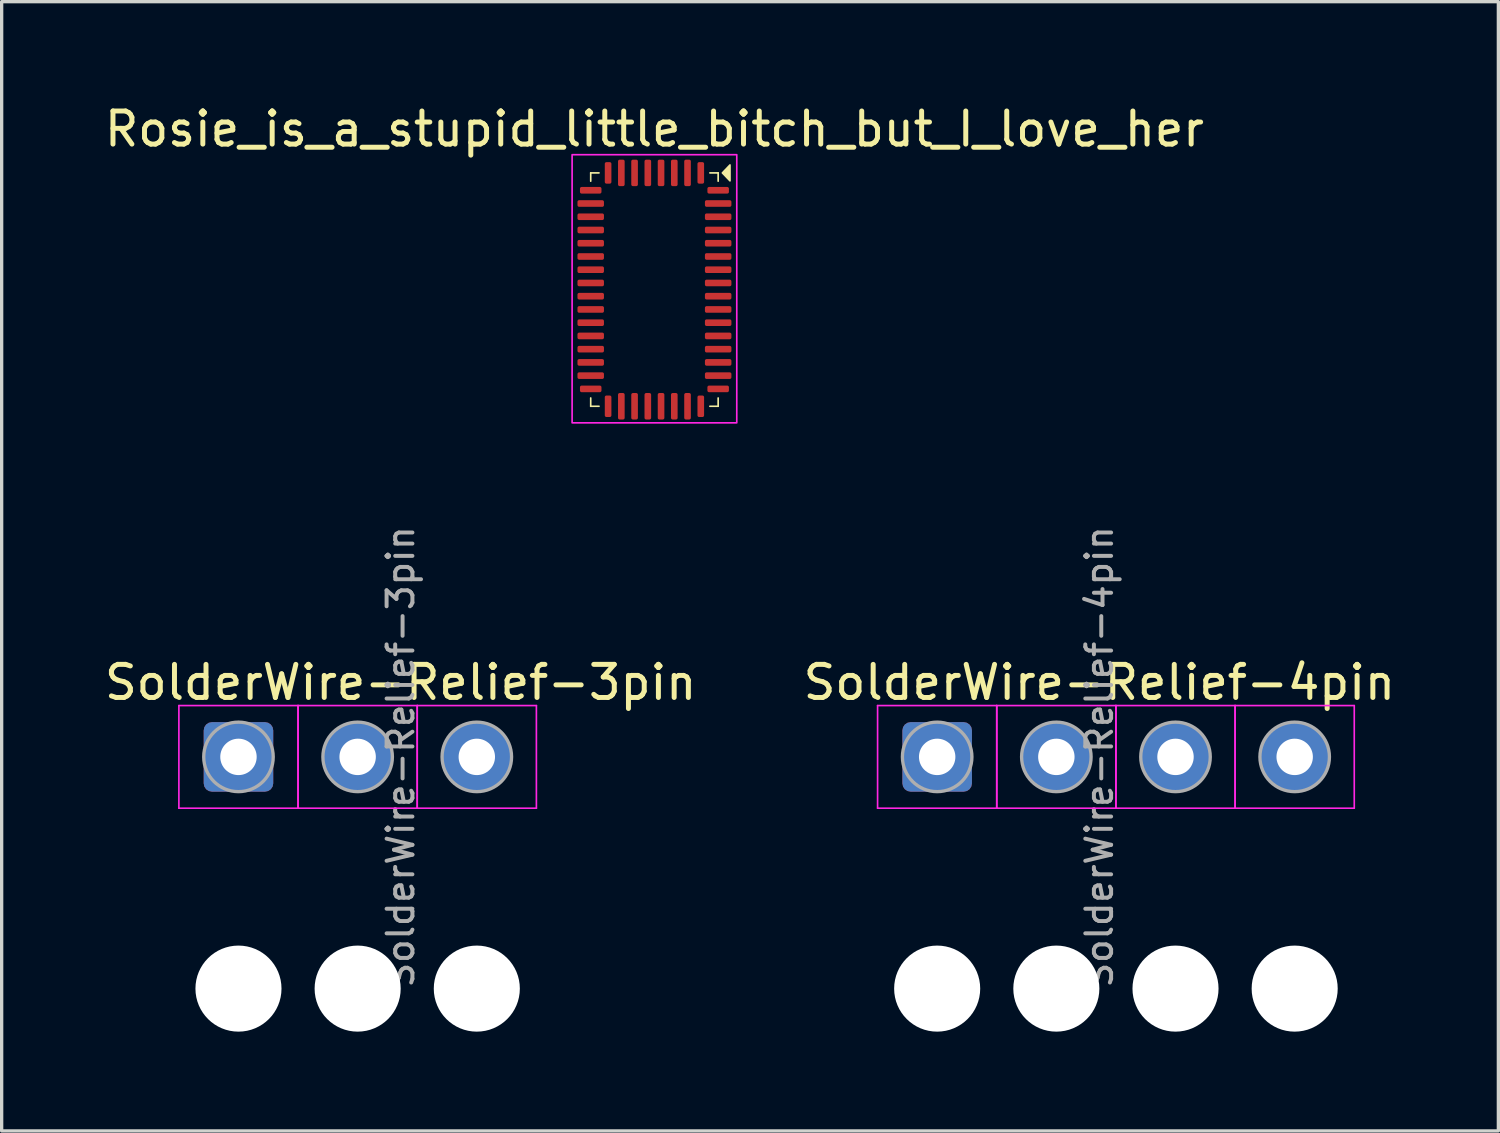
<source format=kicad_pcb>
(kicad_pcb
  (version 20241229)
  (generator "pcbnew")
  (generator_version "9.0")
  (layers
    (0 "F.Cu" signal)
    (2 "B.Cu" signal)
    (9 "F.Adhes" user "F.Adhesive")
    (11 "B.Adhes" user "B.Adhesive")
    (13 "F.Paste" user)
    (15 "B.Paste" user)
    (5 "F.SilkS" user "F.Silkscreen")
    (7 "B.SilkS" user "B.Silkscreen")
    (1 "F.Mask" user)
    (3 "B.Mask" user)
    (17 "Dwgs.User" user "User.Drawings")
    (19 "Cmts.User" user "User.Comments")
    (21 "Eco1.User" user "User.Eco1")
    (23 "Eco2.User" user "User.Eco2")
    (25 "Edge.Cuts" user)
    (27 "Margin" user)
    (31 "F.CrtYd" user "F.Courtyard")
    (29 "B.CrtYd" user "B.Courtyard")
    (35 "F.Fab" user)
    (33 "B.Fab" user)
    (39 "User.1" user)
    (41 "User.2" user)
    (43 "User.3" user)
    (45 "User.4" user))
  (footprint "SolderWire-Relief-3pin"
    (layer "F.Cu")
    (at 4.154 19.815)
    (property "Reference" "SolderWire-Relief-3pin" (at 4.9 -2.25 0) (layer "F.SilkS") (effects (font (size 1 1) (thickness 0.15))))
    (attr exclude_from_pos_files exclude_from_bom)
    (fp_line (start -1.8 -1.55) (end -1.8 1.55) (stroke (width 0.05) (type solid)) (layer "F.CrtYd"))
    (fp_line (start -1.8 1.55) (end 1.8 1.55) (stroke (width 0.05) (type solid)) (layer "F.CrtYd"))
    (fp_line (start 1.8 -1.55) (end -1.8 -1.55) (stroke (width 0.05) (type solid)) (layer "F.CrtYd"))
    (fp_line (start 1.8 -1.55) (end 1.8 1.55) (stroke (width 0.05) (type solid)) (layer "F.CrtYd"))
    (fp_line (start 1.8 1.55) (end 1.8 -1.55) (stroke (width 0.05) (type solid)) (layer "F.CrtYd"))
    (fp_line (start 1.8 1.55) (end 5.4 1.55) (stroke (width 0.05) (type solid)) (layer "F.CrtYd"))
    (fp_line (start 5.4 -1.55) (end 1.8 -1.55) (stroke (width 0.05) (type solid)) (layer "F.CrtYd"))
    (fp_line (start 5.4 -1.55) (end 5.4 1.55) (stroke (width 0.05) (type solid)) (layer "F.CrtYd"))
    (fp_line (start 5.4 1.55) (end 5.4 -1.55) (stroke (width 0.05) (type solid)) (layer "F.CrtYd"))
    (fp_line (start 5.4 1.55) (end 9 1.55) (stroke (width 0.05) (type solid)) (layer "F.CrtYd"))
    (fp_line (start 9 -1.55) (end 5.4 -1.55) (stroke (width 0.05) (type solid)) (layer "F.CrtYd"))
    (fp_line (start 9 1.55) (end 9 -1.55) (stroke (width 0.05) (type solid)) (layer "F.CrtYd"))
    (fp_circle (center 0 0) (end 1.05 0) (stroke (width 0.1) (type solid)) (fill no) (layer "F.Fab"))
    (fp_circle (center 3.6 0) (end 4.65 0) (stroke (width 0.1) (type solid)) (fill no) (layer "F.Fab"))
    (fp_circle (center 7.2 0) (end 8.25 0) (stroke (width 0.1) (type solid)) (fill no) (layer "F.Fab"))
    (fp_text user "${REFERENCE}" (at 4.9 0 90) (layer "F.Fab") (effects (font (size 0.78 0.78) (thickness 0.12))))
    (pad "" np_thru_hole circle (at 0 7) (size 2.6 2.6) (drill 2.6) (layers "*.Cu" "*.Mask"))
    (pad "" np_thru_hole circle (at 3.6 7) (size 2.6 2.6) (drill 2.6) (layers "*.Cu" "*.Mask"))
    (pad "" np_thru_hole circle (at 7.2 7) (size 2.6 2.6) (drill 2.6) (layers "*.Cu" "*.Mask"))
    (pad "1" thru_hole roundrect (at 0 0) (size 2.1 2.1) (drill 1.1) (layers "*.Cu" "*.Mask") (roundrect_rratio 0.119))
    (pad "2" thru_hole circle (at 3.6 0) (size 2.1 2.1) (drill 1.1) (layers "*.Cu" "*.Mask"))
    (pad "3" thru_hole circle (at 7.2 0) (size 2.1 2.1) (drill 1.1) (layers "*.Cu" "*.Mask")))
  (footprint "Rosie_is_a_stupid_little_bitch_but_I_love_her"
    (layer "F.Cu")
    (at 16.72 5.698)
    (property "Reference" "Rosie_is_a_stupid_little_bitch_but_I_love_her" (at 0 -4.85 0) (layer "F.SilkS") (effects (font (size 1 1) (thickness 0.15))))
    (attr smd)
    (fp_line (start -1.925 -3.525) (end -1.925 -3.275) (stroke (width 0.05) (type solid)) (layer "F.SilkS"))
    (fp_line (start -1.925 -3.525) (end -1.675 -3.525) (stroke (width 0.05) (type solid)) (layer "F.SilkS"))
    (fp_line (start -1.925 3.525) (end -1.925 3.275) (stroke (width 0.05) (type solid)) (layer "F.SilkS"))
    (fp_line (start -1.925 3.525) (end -1.675 3.525) (stroke (width 0.05) (type solid)) (layer "F.SilkS"))
    (fp_line (start 1.925 -3.525) (end 1.675 -3.525) (stroke (width 0.05) (type solid)) (layer "F.SilkS"))
    (fp_line (start 1.925 -3.525) (end 1.925 -3.275) (stroke (width 0.05) (type solid)) (layer "F.SilkS"))
    (fp_line (start 1.925 3.525) (end 1.675 3.525) (stroke (width 0.05) (type solid)) (layer "F.SilkS"))
    (fp_line (start 1.925 3.525) (end 1.925 3.275) (stroke (width 0.05) (type solid)) (layer "F.SilkS"))
    (fp_poly (pts (xy 2.052 -3.525) (xy 2.282 -3.765) (xy 2.282 -3.285) (xy 2.052 -3.525)) (stroke (width 0.05) (type solid)) (fill yes) (layer "F.SilkS"))
    (fp_rect (start -2.487 -4.075) (end 2.487 4.025) (stroke (width 0.05) (type default)) (fill no) (layer "F.CrtYd"))
    (pad "1" smd roundrect (at 1.4 -3.525) (size 0.2 0.65) (layers "F.Cu" "F.Mask" "F.Paste") (roundrect_rratio 0.25))
    (pad "2" smd roundrect (at 1 -3.525) (size 0.2 0.8) (layers "F.Cu" "F.Mask" "F.Paste") (roundrect_rratio 0.25))
    (pad "3" smd roundrect (at 0.6 -3.525) (size 0.2 0.8) (layers "F.Cu" "F.Mask" "F.Paste") (roundrect_rratio 0.25))
    (pad "4" smd roundrect (at 0.2 -3.525) (size 0.2 0.8) (layers "F.Cu" "F.Mask" "F.Paste") (roundrect_rratio 0.25))
    (pad "5" smd roundrect (at -0.2 -3.525) (size 0.2 0.8) (layers "F.Cu" "F.Mask" "F.Paste") (roundrect_rratio 0.25))
    (pad "6" smd roundrect (at -0.6 -3.525) (size 0.2 0.8) (layers "F.Cu" "F.Mask" "F.Paste") (roundrect_rratio 0.25))
    (pad "7" smd roundrect (at -1 -3.525) (size 0.2 0.8) (layers "F.Cu" "F.Mask" "F.Paste") (roundrect_rratio 0.25))
    (pad "8" smd roundrect (at -1.4 -3.525) (size 0.2 0.65) (layers "F.Cu" "F.Mask" "F.Paste") (roundrect_rratio 0.25))
    (pad "9" smd roundrect (at -1.925 -3 270) (size 0.2 0.65) (layers "F.Cu" "F.Mask" "F.Paste") (roundrect_rratio 0.25))
    (pad "10" smd roundrect (at -1.925 -2.6 270) (size 0.2 0.8) (layers "F.Cu" "F.Mask" "F.Paste") (roundrect_rratio 0.25))
    (pad "11" smd roundrect (at -1.925 -2.2 270) (size 0.2 0.8) (layers "F.Cu" "F.Mask" "F.Paste") (roundrect_rratio 0.25))
    (pad "12" smd roundrect (at -1.925 -1.8 270) (size 0.2 0.8) (layers "F.Cu" "F.Mask" "F.Paste") (roundrect_rratio 0.25))
    (pad "13" smd roundrect (at -1.925 -1.4 270) (size 0.2 0.8) (layers "F.Cu" "F.Mask" "F.Paste") (roundrect_rratio 0.25))
    (pad "14" smd roundrect (at -1.925 -1 270) (size 0.2 0.8) (layers "F.Cu" "F.Mask" "F.Paste") (roundrect_rratio 0.25))
    (pad "15" smd roundrect (at -1.925 -0.6 270) (size 0.2 0.8) (layers "F.Cu" "F.Mask" "F.Paste") (roundrect_rratio 0.25))
    (pad "16" smd roundrect (at -1.925 -0.2 270) (size 0.2 0.8) (layers "F.Cu" "F.Mask" "F.Paste") (roundrect_rratio 0.25))
    (pad "17" smd roundrect (at -1.925 0.2 270) (size 0.2 0.8) (layers "F.Cu" "F.Mask" "F.Paste") (roundrect_rratio 0.25))
    (pad "18" smd roundrect (at -1.925 0.6 270) (size 0.2 0.8) (layers "F.Cu" "F.Mask" "F.Paste") (roundrect_rratio 0.25))
    (pad "19" smd roundrect (at -1.925 1 270) (size 0.2 0.8) (layers "F.Cu" "F.Mask" "F.Paste") (roundrect_rratio 0.25))
    (pad "20" smd roundrect (at -1.925 1.4 270) (size 0.2 0.8) (layers "F.Cu" "F.Mask" "F.Paste") (roundrect_rratio 0.25))
    (pad "21" smd roundrect (at -1.925 1.8 270) (size 0.2 0.8) (layers "F.Cu" "F.Mask" "F.Paste") (roundrect_rratio 0.25))
    (pad "22" smd roundrect (at -1.925 2.2 270) (size 0.2 0.8) (layers "F.Cu" "F.Mask" "F.Paste") (roundrect_rratio 0.25))
    (pad "23" smd roundrect (at -1.925 2.6 270) (size 0.2 0.8) (layers "F.Cu" "F.Mask" "F.Paste") (roundrect_rratio 0.25))
    (pad "24" smd roundrect (at -1.925 3 270) (size 0.2 0.65) (layers "F.Cu" "F.Mask" "F.Paste") (roundrect_rratio 0.25))
    (pad "25" smd roundrect (at -1.4 3.525) (size 0.2 0.65) (layers "F.Cu" "F.Mask" "F.Paste") (roundrect_rratio 0.25))
    (pad "26" smd roundrect (at -1 3.525) (size 0.2 0.8) (layers "F.Cu" "F.Mask" "F.Paste") (roundrect_rratio 0.25))
    (pad "27" smd roundrect (at -0.6 3.525) (size 0.2 0.8) (layers "F.Cu" "F.Mask" "F.Paste") (roundrect_rratio 0.25))
    (pad "28" smd roundrect (at -0.2 3.525) (size 0.2 0.8) (layers "F.Cu" "F.Mask" "F.Paste") (roundrect_rratio 0.25))
    (pad "29" smd roundrect (at 0.2 3.525) (size 0.2 0.8) (layers "F.Cu" "F.Mask" "F.Paste") (roundrect_rratio 0.25))
    (pad "30" smd roundrect (at 0.6 3.525) (size 0.2 0.8) (layers "F.Cu" "F.Mask" "F.Paste") (roundrect_rratio 0.25))
    (pad "31" smd roundrect (at 1 3.525) (size 0.2 0.8) (layers "F.Cu" "F.Mask" "F.Paste") (roundrect_rratio 0.25))
    (pad "32" smd roundrect (at 1.4 3.525) (size 0.2 0.65) (layers "F.Cu" "F.Mask" "F.Paste") (roundrect_rratio 0.25))
    (pad "33" smd roundrect (at 1.925 3 270) (size 0.2 0.65) (layers "F.Cu" "F.Mask" "F.Paste") (roundrect_rratio 0.25))
    (pad "34" smd roundrect (at 1.925 2.6 270) (size 0.2 0.8) (layers "F.Cu" "F.Mask" "F.Paste") (roundrect_rratio 0.25))
    (pad "35" smd roundrect (at 1.925 2.2 270) (size 0.2 0.8) (layers "F.Cu" "F.Mask" "F.Paste") (roundrect_rratio 0.25))
    (pad "36" smd roundrect (at 1.925 1.8 270) (size 0.2 0.8) (layers "F.Cu" "F.Mask" "F.Paste") (roundrect_rratio 0.25))
    (pad "37" smd roundrect (at 1.925 1.4 270) (size 0.2 0.8) (layers "F.Cu" "F.Mask" "F.Paste") (roundrect_rratio 0.25))
    (pad "38" smd roundrect (at 1.925 1 270) (size 0.2 0.8) (layers "F.Cu" "F.Mask" "F.Paste") (roundrect_rratio 0.25))
    (pad "39" smd roundrect (at 1.925 0.6 270) (size 0.2 0.8) (layers "F.Cu" "F.Mask" "F.Paste") (roundrect_rratio 0.25))
    (pad "40" smd roundrect (at 1.925 0.2 270) (size 0.2 0.8) (layers "F.Cu" "F.Mask" "F.Paste") (roundrect_rratio 0.25))
    (pad "41" smd roundrect (at 1.925 -0.2 270) (size 0.2 0.8) (layers "F.Cu" "F.Mask" "F.Paste") (roundrect_rratio 0.25))
    (pad "42" smd roundrect (at 1.925 -0.6 270) (size 0.2 0.8) (layers "F.Cu" "F.Mask" "F.Paste") (roundrect_rratio 0.25))
    (pad "43" smd roundrect (at 1.925 -1 270) (size 0.2 0.8) (layers "F.Cu" "F.Mask" "F.Paste") (roundrect_rratio 0.25))
    (pad "44" smd roundrect (at 1.925 -1.4 270) (size 0.2 0.8) (layers "F.Cu" "F.Mask" "F.Paste") (roundrect_rratio 0.25))
    (pad "45" smd roundrect (at 1.925 -1.8 270) (size 0.2 0.8) (layers "F.Cu" "F.Mask" "F.Paste") (roundrect_rratio 0.25))
    (pad "46" smd roundrect (at 1.925 -2.2 270) (size 0.2 0.8) (layers "F.Cu" "F.Mask" "F.Paste") (roundrect_rratio 0.25))
    (pad "47" smd roundrect (at 1.925 -2.6 270) (size 0.2 0.8) (layers "F.Cu" "F.Mask" "F.Paste") (roundrect_rratio 0.25))
    (pad "48" smd roundrect (at 1.925 -3 270) (size 0.2 0.65) (layers "F.Cu" "F.Mask" "F.Paste") (roundrect_rratio 0.25)))
  (footprint "SolderWire-Relief-4pin"
    (layer "F.Cu")
    (at 25.261 19.815)
    (property "Reference" "SolderWire-Relief-4pin" (at 4.9 -2.25 0) (layer "F.SilkS") (effects (font (size 1 1) (thickness 0.15))))
    (attr exclude_from_pos_files exclude_from_bom)
    (fp_line (start -1.8 -1.55) (end -1.8 1.55) (stroke (width 0.05) (type solid)) (layer "F.CrtYd"))
    (fp_line (start -1.8 1.55) (end 1.8 1.55) (stroke (width 0.05) (type solid)) (layer "F.CrtYd"))
    (fp_line (start 1.8 -1.55) (end -1.8 -1.55) (stroke (width 0.05) (type solid)) (layer "F.CrtYd"))
    (fp_line (start 1.8 -1.55) (end 1.8 1.55) (stroke (width 0.05) (type solid)) (layer "F.CrtYd"))
    (fp_line (start 1.8 1.55) (end 1.8 -1.55) (stroke (width 0.05) (type solid)) (layer "F.CrtYd"))
    (fp_line (start 1.8 1.55) (end 5.4 1.55) (stroke (width 0.05) (type solid)) (layer "F.CrtYd"))
    (fp_line (start 5.4 -1.55) (end 1.8 -1.55) (stroke (width 0.05) (type solid)) (layer "F.CrtYd"))
    (fp_line (start 5.4 -1.55) (end 5.4 1.55) (stroke (width 0.05) (type solid)) (layer "F.CrtYd"))
    (fp_line (start 5.4 1.55) (end 5.4 -1.55) (stroke (width 0.05) (type solid)) (layer "F.CrtYd"))
    (fp_line (start 5.4 1.55) (end 9 1.55) (stroke (width 0.05) (type solid)) (layer "F.CrtYd"))
    (fp_line (start 9 -1.55) (end 5.4 -1.55) (stroke (width 0.05) (type solid)) (layer "F.CrtYd"))
    (fp_line (start 9 -1.55) (end 9 1.55) (stroke (width 0.05) (type solid)) (layer "F.CrtYd"))
    (fp_line (start 9 1.55) (end 9 -1.55) (stroke (width 0.05) (type solid)) (layer "F.CrtYd"))
    (fp_line (start 9 1.55) (end 12.6 1.55) (stroke (width 0.05) (type solid)) (layer "F.CrtYd"))
    (fp_line (start 12.6 -1.55) (end 9 -1.55) (stroke (width 0.05) (type solid)) (layer "F.CrtYd"))
    (fp_line (start 12.6 1.55) (end 12.6 -1.55) (stroke (width 0.05) (type solid)) (layer "F.CrtYd"))
    (fp_circle (center 0 0) (end 1.05 0) (stroke (width 0.1) (type solid)) (fill no) (layer "F.Fab"))
    (fp_circle (center 3.6 0) (end 4.65 0) (stroke (width 0.1) (type solid)) (fill no) (layer "F.Fab"))
    (fp_circle (center 7.2 0) (end 8.25 0) (stroke (width 0.1) (type solid)) (fill no) (layer "F.Fab"))
    (fp_circle (center 10.8 0) (end 11.85 0) (stroke (width 0.1) (type solid)) (fill no) (layer "F.Fab"))
    (fp_text user "${REFERENCE}" (at 4.9 0 90) (layer "F.Fab") (effects (font (size 0.78 0.78) (thickness 0.12))))
    (pad "" np_thru_hole circle (at 0 7) (size 2.6 2.6) (drill 2.6) (layers "*.Cu" "*.Mask"))
    (pad "" np_thru_hole circle (at 3.6 7) (size 2.6 2.6) (drill 2.6) (layers "*.Cu" "*.Mask"))
    (pad "" np_thru_hole circle (at 7.2 7) (size 2.6 2.6) (drill 2.6) (layers "*.Cu" "*.Mask"))
    (pad "" np_thru_hole circle (at 10.8 7) (size 2.6 2.6) (drill 2.6) (layers "*.Cu" "*.Mask"))
    (pad "1" thru_hole roundrect (at 0 0) (size 2.1 2.1) (drill 1.1) (layers "*.Cu" "*.Mask") (roundrect_rratio 0.119))
    (pad "2" thru_hole circle (at 3.6 0) (size 2.1 2.1) (drill 1.1) (layers "*.Cu" "*.Mask"))
    (pad "3" thru_hole circle (at 7.2 0) (size 2.1 2.1) (drill 1.1) (layers "*.Cu" "*.Mask"))
    (pad "4" thru_hole circle (at 10.8 0) (size 2.1 2.1) (drill 1.1) (layers "*.Cu" "*.Mask")))
  (gr_rect
    (start -3 -3)
    (end 42.214 31.115)
    (stroke (width 0.1) (type default))
    (fill no)
    (layer "Edge.Cuts")))
</source>
